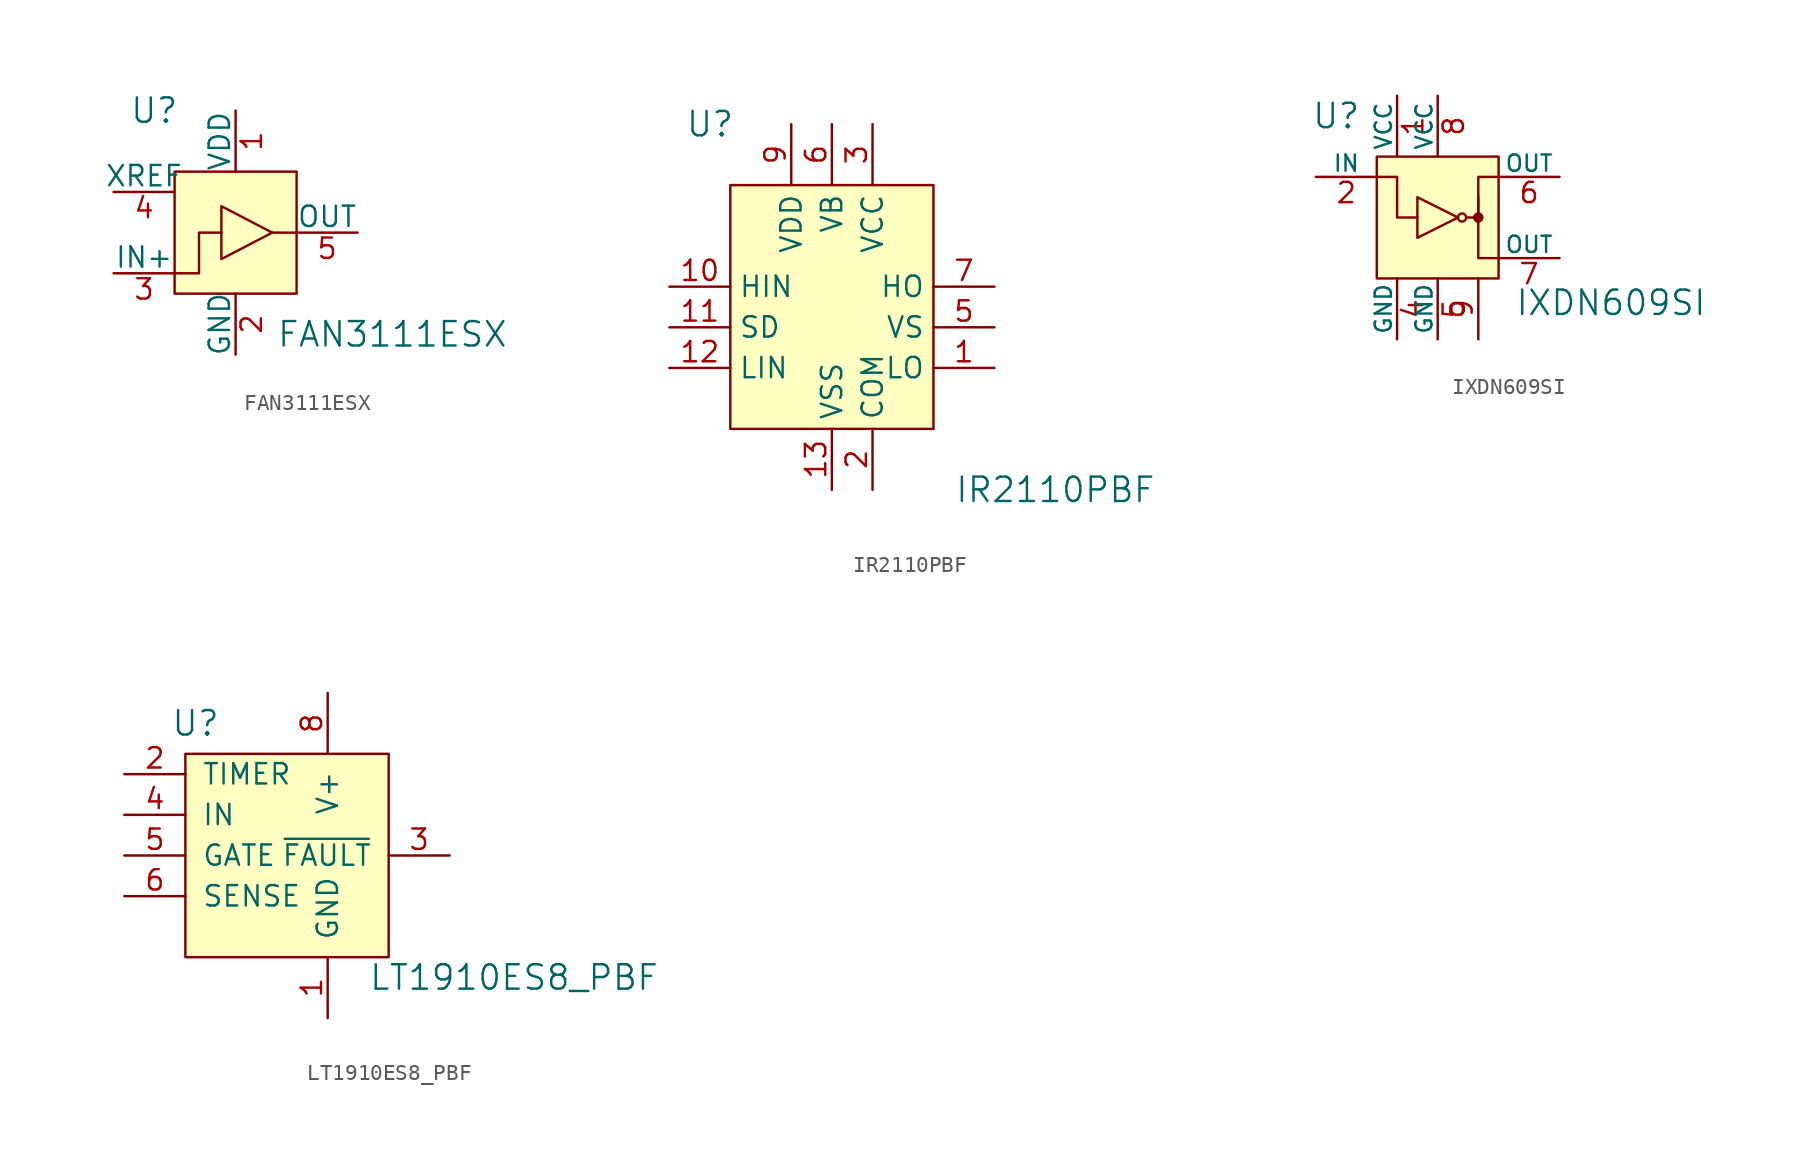
<source format=kicad_sym>
(kicad_symbol_lib
  (version 20231120)
  (generator "kicad_symbol_editor")
  (generator_version "8.0")
  (symbol "FAN3111ESX"
    (pin_names
      (offset 0))
    (property "Reference" "U"
      (at -5.08 7.62 0)
      (effects (font (size 1.524 1.524))))
    (property "Value" "FAN3111ESX"
      (at 2.54 -6.35 0)
      (effects (font (size 1.524 1.524)) (justify left)))
    (symbol "FAN3111ESX_0_1"
      (rectangle (start -3.81 3.81) (end 3.81 -3.81) (stroke (width 0) (type default)) (fill (type background)))
      (polyline (pts (xy 3.81 0) (xy 2.286 0)) (stroke (width 0) (type default)) (fill (type none)))
      (polyline (pts (xy -3.81 -2.54) (xy -2.286 -2.54) (xy -2.286 0) (xy -0.889 0)) (stroke (width 0) (type default)) (fill (type none)))
      (polyline (pts (xy -0.889 1.651) (xy -0.889 -1.651) (xy 2.286 0) (xy -0.889 1.651)) (stroke (width 0) (type default)) (fill (type none))))
    (symbol "FAN3111ESX_1_1"
      (pin power_in line (at 0 7.62 270) (length 3.81) (name "VDD" (effects (font (size 1.27 1.27)))) (number "1" (effects (font (size 1.27 1.27)))))
      (pin power_in line (at 0 -7.62 90) (length 3.81) (name "GND" (effects (font (size 1.27 1.27)))) (number "2" (effects (font (size 1.27 1.27)))))
      (pin input line (at -7.62 -2.54 0) (length 3.81) (name "IN+" (effects (font (size 1.27 1.27)))) (number "3" (effects (font (size 1.27 1.27)))))
      (pin input line (at -7.62 2.54 0) (length 3.81) (name "XREF" (effects (font (size 1.27 1.27)))) (number "4" (effects (font (size 1.27 1.27)))))
      (pin output line (at 7.62 0 180) (length 3.81) (name "OUT" (effects (font (size 1.27 1.27)))) (number "5" (effects (font (size 1.27 1.27)))))))
  (symbol "IR2110PBF"
    (property "Reference" "U"
      (at -7.62 10.16 0)
      (effects (font (size 1.524 1.524))))
    (property "Value" "IR2110PBF"
      (at 13.97 -12.7 0)
      (effects (font (size 1.524 1.524))))
    (symbol "IR2110PBF_0_1"
      (rectangle (start -6.35 6.35) (end 6.35 -8.89) (stroke (width 0) (type default)) (fill (type background))))
    (symbol "IR2110PBF_1_1"
      (pin output line (at 10.16 -5.08 180) (length 3.81) (name "LO" (effects (font (size 1.27 1.27)))) (number "1" (effects (font (size 1.27 1.27)))))
      (pin input line (at -10.16 0 0) (length 3.81) (name "HIN" (effects (font (size 1.27 1.27)))) (number "10" (effects (font (size 1.27 1.27)))))
      (pin input line (at -10.16 -2.54 0) (length 3.81) (name "SD" (effects (font (size 1.27 1.27)))) (number "11" (effects (font (size 1.27 1.27)))))
      (pin input line (at -10.16 -5.08 0) (length 3.81) (name "LIN" (effects (font (size 1.27 1.27)))) (number "12" (effects (font (size 1.27 1.27)))))
      (pin power_in line (at 0 -12.7 90) (length 3.81) (name "VSS" (effects (font (size 1.27 1.27)))) (number "13" (effects (font (size 1.27 1.27)))))
      (pin no_connect line (at -7.62 -8.89 0) (length 3.81) hide (name "NC" (effects (font (size 1.27 1.27)))) (number "14" (effects (font (size 1.27 1.27)))))
      (pin power_in line (at 2.54 -12.7 90) (length 3.81) (name "COM" (effects (font (size 1.27 1.27)))) (number "2" (effects (font (size 1.27 1.27)))))
      (pin power_in line (at 2.54 10.16 270) (length 3.81) (name "VCC" (effects (font (size 1.27 1.27)))) (number "3" (effects (font (size 1.27 1.27)))))
      (pin no_connect line (at -7.62 -6.35 0) (length 3.81) hide (name "NC" (effects (font (size 1.27 1.27)))) (number "4" (effects (font (size 1.27 1.27)))))
      (pin power_in line (at 10.16 -2.54 180) (length 3.81) (name "VS" (effects (font (size 1.27 1.27)))) (number "5" (effects (font (size 1.27 1.27)))))
      (pin power_in line (at 0 10.16 270) (length 3.81) (name "VB" (effects (font (size 1.27 1.27)))) (number "6" (effects (font (size 1.27 1.27)))))
      (pin output line (at 10.16 0 180) (length 3.81) (name "HO" (effects (font (size 1.27 1.27)))) (number "7" (effects (font (size 1.27 1.27)))))
      (pin no_connect line (at -7.62 -7.62 0) (length 3.81) hide (name "NC" (effects (font (size 1.27 1.27)))) (number "8" (effects (font (size 1.27 1.27)))))
      (pin power_in line (at -2.54 10.16 270) (length 3.81) (name "VDD" (effects (font (size 1.27 1.27)))) (number "9" (effects (font (size 1.27 1.27)))))))
  (symbol "IXDN609SI"
    (pin_names
      (offset 0))
    (property "Reference" "U"
      (at -6.35 6.35 0)
      (effects (font (size 1.524 1.524))))
    (property "Value" "IXDN609SI"
      (at 4.826 -5.334 0)
      (effects (font (size 1.524 1.524)) (justify left)))
    (symbol "IXDN609SI_0_1"
      (rectangle (start -3.81 3.81) (end 3.81 -3.81) (stroke (width 0) (type default)) (fill (type background)))
      (polyline (pts (xy 2.54 1.27) (xy 2.54 -2.54) (xy 3.81 -2.54)) (stroke (width 0) (type default)) (fill (type none)))
      (polyline (pts (xy -3.81 2.54) (xy -2.54 2.54) (xy -2.54 0) (xy -1.27 0)) (stroke (width 0) (type default)) (fill (type none)))
      (polyline (pts (xy -1.27 1.27) (xy -1.27 -1.27) (xy 1.27 0) (xy -1.27 1.27)) (stroke (width 0) (type default)) (fill (type none)))
      (polyline (pts (xy 1.778 0) (xy 2.54 0) (xy 2.54 2.54) (xy 3.81 2.54)) (stroke (width 0) (type default)) (fill (type none)))
      (circle (center 1.524 0) (radius 0.254) (stroke (width 0) (type default)) (fill (type none)))
      (circle (center 2.54 0) (radius 0.254) (stroke (width 0) (type default)) (fill (type outline))))
    (symbol "IXDN609SI_1_1"
      (pin power_in line (at -2.54 7.62 270) (length 3.81) (name "VCC" (effects (font (size 1.016 1.016)))) (number "1" (effects (font (size 1.27 1.27)))))
      (pin input line (at -7.62 2.54 0) (length 3.81) (name "IN" (effects (font (size 1.016 1.016)))) (number "2" (effects (font (size 1.27 1.27)))))
      (pin no_connect line (at -3.81 -2.54 0) (length 3.81) hide (name "NC" (effects (font (size 1.016 1.016)))) (number "3" (effects (font (size 1.27 1.27)))))
      (pin power_in line (at -2.54 -7.62 90) (length 3.81) (name "GND" (effects (font (size 1.016 1.016)))) (number "4" (effects (font (size 1.27 1.27)))))
      (pin power_in line (at 0 -7.62 90) (length 3.81) (name "GND" (effects (font (size 1.016 1.016)))) (number "5" (effects (font (size 1.27 1.27)))))
      (pin output line (at 7.62 2.54 180) (length 3.81) (name "OUT" (effects (font (size 1.016 1.016)))) (number "6" (effects (font (size 1.27 1.27)))))
      (pin output line (at 7.62 -2.54 180) (length 3.81) (name "OUT" (effects (font (size 1.016 1.016)))) (number "7" (effects (font (size 1.27 1.27)))))
      (pin power_in line (at 0 7.62 270) (length 3.81) (name "VCC" (effects (font (size 1.016 1.016)))) (number "8" (effects (font (size 1.27 1.27)))))
      (pin unspecified line (at 2.54 -7.62 90) (length 3.81) (name "~" (effects (font (size 1.016 1.016)))) (number "9" (effects (font (size 1.27 1.27)))))))
  (symbol "LT1910ES8_PBF"
    (pin_names
      (offset 1.016))
    (property "Reference" "U"
      (at -5.715 5.715 0)
      (effects (font (size 1.524 1.524))))
    (property "Value" "LT1910ES8_PBF"
      (at 5.08 -10.16 0)
      (effects (font (size 1.524 1.524)) (justify left)))
    (symbol "LT1910ES8_PBF_0_1"
      (rectangle (start -6.35 3.81) (end 6.35 -8.89) (stroke (width 0) (type default)) (fill (type background))))
    (symbol "LT1910ES8_PBF_1_1"
      (pin power_in line (at 2.54 -12.7 90) (length 3.81) (name "GND" (effects (font (size 1.27 1.27)))) (number "1" (effects (font (size 1.27 1.27)))))
      (pin passive line (at -10.16 2.54 0) (length 3.81) (name "TIMER" (effects (font (size 1.27 1.27)))) (number "2" (effects (font (size 1.27 1.27)))))
      (pin output line (at 10.16 -2.54 180) (length 3.81) (name "~{FAULT}" (effects (font (size 1.27 1.27)))) (number "3" (effects (font (size 1.27 1.27)))))
      (pin input line (at -10.16 0 0) (length 3.81) (name "IN" (effects (font (size 1.27 1.27)))) (number "4" (effects (font (size 1.27 1.27)))))
      (pin input line (at -10.16 -2.54 0) (length 3.81) (name "GATE" (effects (font (size 1.27 1.27)))) (number "5" (effects (font (size 1.27 1.27)))))
      (pin input line (at -10.16 -5.08 0) (length 3.81) (name "SENSE" (effects (font (size 1.27 1.27)))) (number "6" (effects (font (size 1.27 1.27)))))
      (pin no_connect line (at -6.35 -7.62 0) (length 3.81) hide (name "NC" (effects (font (size 1.27 1.27)))) (number "7" (effects (font (size 1.27 1.27)))))
      (pin power_in line (at 2.54 7.62 270) (length 3.81) (name "V+" (effects (font (size 1.27 1.27)))) (number "8" (effects (font (size 1.27 1.27))))))))
</source>
